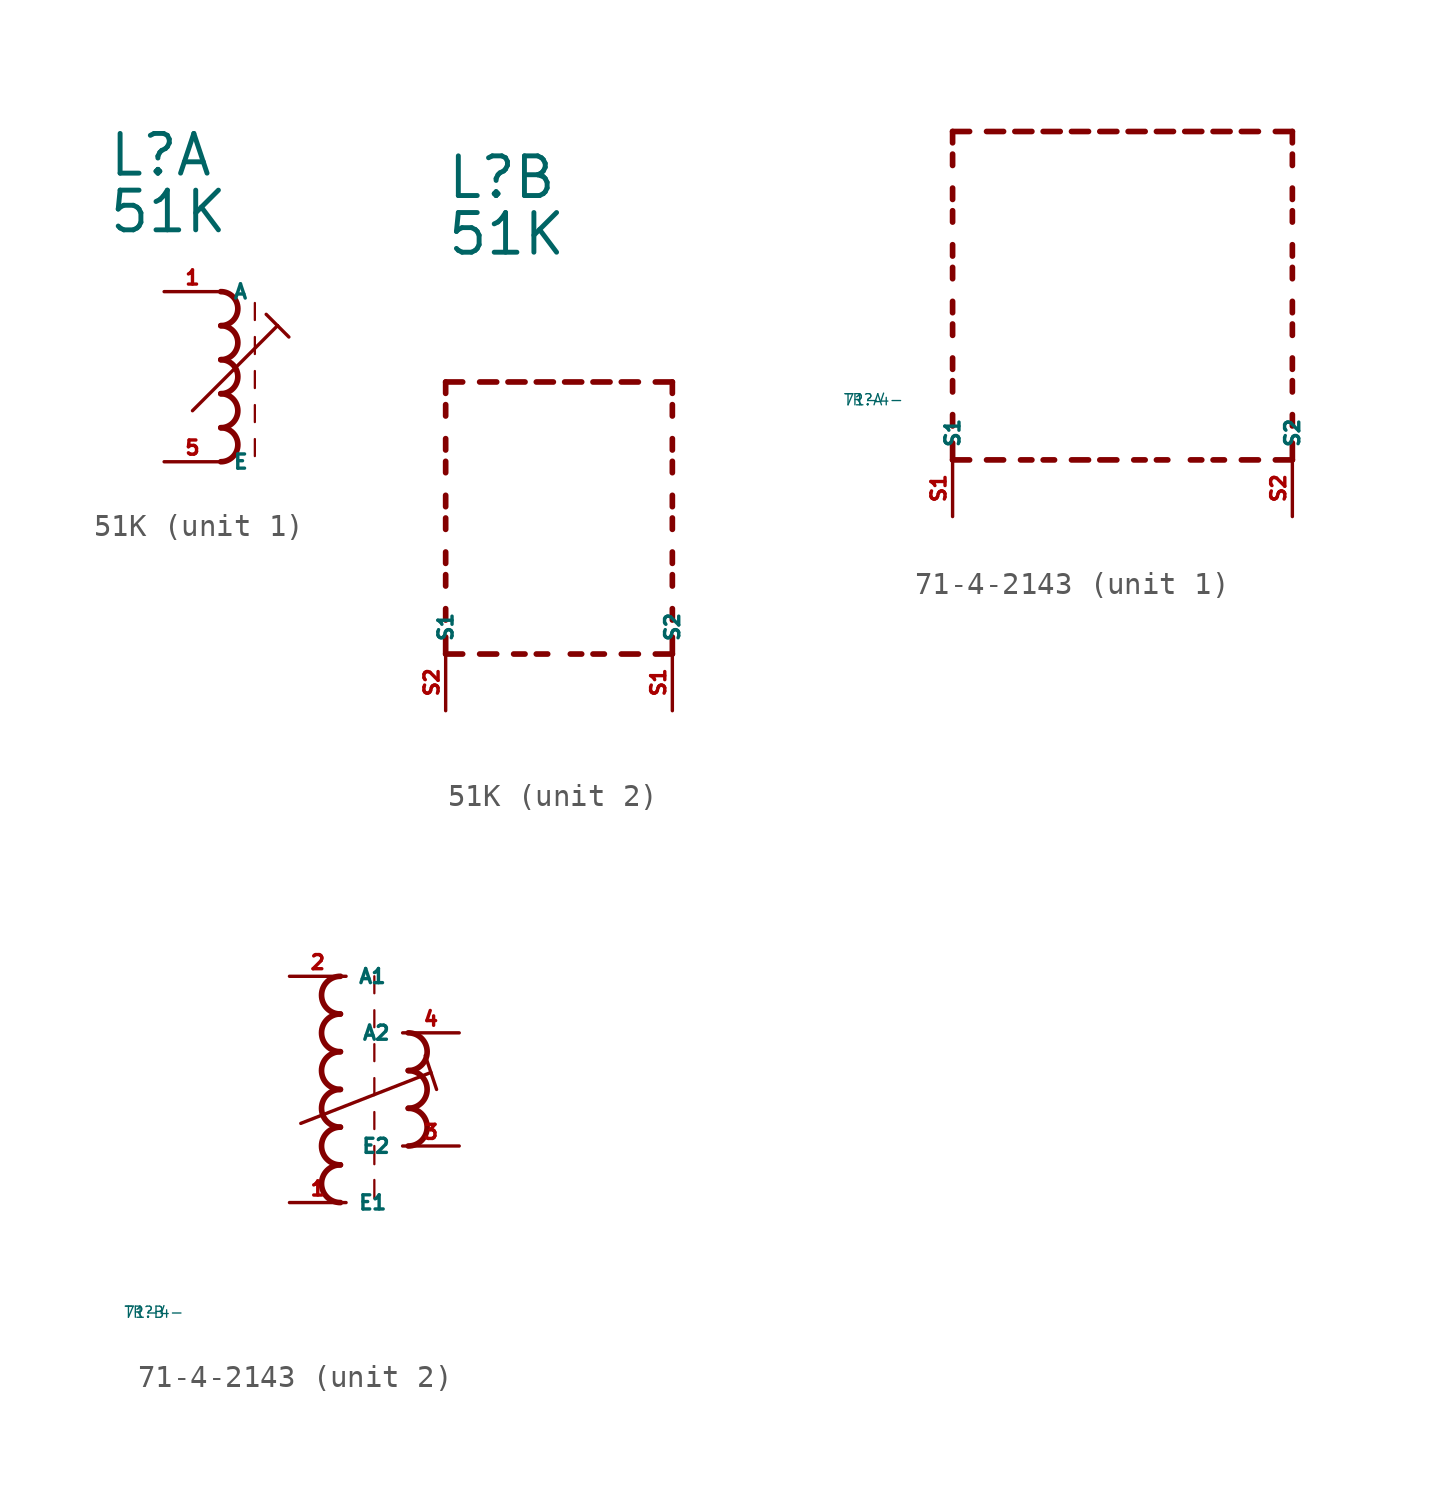
<source format=kicad_sym>
(kicad_symbol_lib
  (version 20220914)
  (generator kicad_symbol_editor)
  (symbol "51K"
    (property "Reference" "L"
      (at -5.08 10.16 0)
      (effects (font (size 1.778 1.778) (thickness 0.22)) (justify left bottom)))
    (property "Value" "51K"
      (at -5.08 7.62 0)
      (effects (font (size 1.778 1.778) (thickness 0.22)) (justify left bottom)))
    (symbol "51K_1_0"
      (arc (start 0 -2.54) (mid 0.7587 -1.778) (end 0 -1.016) (stroke (width 0.254) (type default)) (fill (type none)))
      (arc (start 0 -1.016) (mid 0.7587 -0.254) (end 0 0.508) (stroke (width 0.254) (type default)) (fill (type none)))
      (polyline (pts (xy -1.27 -0.254) (xy 2.54 3.556)) (stroke (width 0.152) (type default)) (fill (type none)))
      (polyline (pts (xy 1.524 -1.524) (xy 1.524 -2.286)) (stroke (width 0.102) (type default)) (fill (type none)))
      (polyline (pts (xy 1.524 0) (xy 1.524 -0.762)) (stroke (width 0.102) (type default)) (fill (type none)))
      (polyline (pts (xy 1.524 1.524) (xy 1.524 0.762)) (stroke (width 0.102) (type default)) (fill (type none)))
      (polyline (pts (xy 1.524 3.048) (xy 1.524 2.286)) (stroke (width 0.102) (type default)) (fill (type none)))
      (polyline (pts (xy 1.524 4.572) (xy 1.524 3.81)) (stroke (width 0.102) (type default)) (fill (type none)))
      (polyline (pts (xy 2.032 4.064) (xy 2.54 3.556)) (stroke (width 0.152) (type default)) (fill (type none)))
      (polyline (pts (xy 2.54 3.556) (xy 3.048 3.048)) (stroke (width 0.152) (type default)) (fill (type none)))
      (arc (start 0 0.508) (mid 0.7587 1.27) (end 0 2.032) (stroke (width 0.254) (type default)) (fill (type none)))
      (arc (start 0 2.032) (mid 0.7587 2.794) (end 0 3.556) (stroke (width 0.254) (type default)) (fill (type none)))
      (arc (start 0 3.556) (mid 0.7587 4.318) (end 0 5.08) (stroke (width 0.254) (type default)) (fill (type none)))
      (pin passive line (at -2.54 5.08 0) (length 2.54) (name "A" (effects (font (size 0.635 0.635)))) (number "1" (effects (font (size 0.635 0.635)))))
      (pin passive line (at -2.54 -2.54 0) (length 2.54) (name "E" (effects (font (size 0.635 0.635)))) (number "5" (effects (font (size 0.635 0.635))))))
    (symbol "51K_2_0"
      (polyline (pts (xy -5.08 -10.16) (xy -5.08 -9.398)) (stroke (width 0.254) (type default)) (fill (type none)))
      (polyline (pts (xy -5.08 -10.16) (xy -4.318 -10.16)) (stroke (width 0.254) (type default)) (fill (type none)))
      (polyline (pts (xy -5.08 -8.636) (xy -5.08 -8.128)) (stroke (width 0.254) (type default)) (fill (type none)))
      (polyline (pts (xy -5.08 -7.112) (xy -5.08 -6.604)) (stroke (width 0.254) (type default)) (fill (type none)))
      (polyline (pts (xy -5.08 -6.096) (xy -5.08 -5.588)) (stroke (width 0.254) (type default)) (fill (type none)))
      (polyline (pts (xy -5.08 -4.572) (xy -5.08 -4.064)) (stroke (width 0.254) (type default)) (fill (type none)))
      (polyline (pts (xy -5.08 -3.556) (xy -5.08 -3.048)) (stroke (width 0.254) (type default)) (fill (type none)))
      (polyline (pts (xy -5.08 -2.032) (xy -5.08 -1.524)) (stroke (width 0.254) (type default)) (fill (type none)))
      (polyline (pts (xy -5.08 -1.016) (xy -5.08 -0.508)) (stroke (width 0.254) (type default)) (fill (type none)))
      (polyline (pts (xy -5.08 0.508) (xy -5.08 1.016)) (stroke (width 0.254) (type default)) (fill (type none)))
      (polyline (pts (xy -5.08 1.524) (xy -5.08 2.032)) (stroke (width 0.254) (type default)) (fill (type none)))
      (polyline (pts (xy -5.08 2.032) (xy -4.318 2.032)) (stroke (width 0.254) (type default)) (fill (type none)))
      (polyline (pts (xy -3.556 -10.16) (xy -2.794 -10.16)) (stroke (width 0.254) (type default)) (fill (type none)))
      (polyline (pts (xy -3.556 2.032) (xy -2.794 2.032)) (stroke (width 0.254) (type default)) (fill (type none)))
      (polyline (pts (xy -1.524 -10.16) (xy -2.032 -10.16)) (stroke (width 0.254) (type default)) (fill (type none)))
      (polyline (pts (xy -1.524 2.032) (xy -2.286 2.032)) (stroke (width 0.254) (type default)) (fill (type none)))
      (polyline (pts (xy -1.016 2.032) (xy -0.254 2.032)) (stroke (width 0.254) (type default)) (fill (type none)))
      (polyline (pts (xy -0.508 -10.16) (xy -1.016 -10.16)) (stroke (width 0.254) (type default)) (fill (type none)))
      (polyline (pts (xy 1.016 -10.16) (xy 0.508 -10.16)) (stroke (width 0.254) (type default)) (fill (type none)))
      (polyline (pts (xy 1.016 2.032) (xy 0.254 2.032)) (stroke (width 0.254) (type default)) (fill (type none)))
      (polyline (pts (xy 1.524 2.032) (xy 2.286 2.032)) (stroke (width 0.254) (type default)) (fill (type none)))
      (polyline (pts (xy 2.032 -10.16) (xy 1.524 -10.16)) (stroke (width 0.254) (type default)) (fill (type none)))
      (polyline (pts (xy 3.556 -10.16) (xy 2.794 -10.16)) (stroke (width 0.254) (type default)) (fill (type none)))
      (polyline (pts (xy 3.556 2.032) (xy 2.794 2.032)) (stroke (width 0.254) (type default)) (fill (type none)))
      (polyline (pts (xy 5.08 -10.16) (xy 4.318 -10.16)) (stroke (width 0.254) (type default)) (fill (type none)))
      (polyline (pts (xy 5.08 -10.16) (xy 5.08 -9.398)) (stroke (width 0.254) (type default)) (fill (type none)))
      (polyline (pts (xy 5.08 -8.636) (xy 5.08 -8.128)) (stroke (width 0.254) (type default)) (fill (type none)))
      (polyline (pts (xy 5.08 -7.112) (xy 5.08 -6.604)) (stroke (width 0.254) (type default)) (fill (type none)))
      (polyline (pts (xy 5.08 -6.096) (xy 5.08 -5.588)) (stroke (width 0.254) (type default)) (fill (type none)))
      (polyline (pts (xy 5.08 -4.572) (xy 5.08 -4.064)) (stroke (width 0.254) (type default)) (fill (type none)))
      (polyline (pts (xy 5.08 -3.556) (xy 5.08 -3.048)) (stroke (width 0.254) (type default)) (fill (type none)))
      (polyline (pts (xy 5.08 -2.032) (xy 5.08 -1.524)) (stroke (width 0.254) (type default)) (fill (type none)))
      (polyline (pts (xy 5.08 -1.016) (xy 5.08 -0.508)) (stroke (width 0.254) (type default)) (fill (type none)))
      (polyline (pts (xy 5.08 0.508) (xy 5.08 1.016)) (stroke (width 0.254) (type default)) (fill (type none)))
      (polyline (pts (xy 5.08 1.524) (xy 5.08 2.032)) (stroke (width 0.254) (type default)) (fill (type none)))
      (polyline (pts (xy 5.08 2.032) (xy 4.318 2.032)) (stroke (width 0.254) (type default)) (fill (type none)))
      (pin passive line (at 5.08 -12.7 90) (length 2.54) (name "S2" (effects (font (size 0.635 0.635)))) (number "S1" (effects (font (size 0.635 0.635)))))
      (pin passive line (at -5.08 -12.7 90) (length 2.54) (name "S1" (effects (font (size 0.635 0.635)))) (number "S2" (effects (font (size 0.635 0.635)))))))
  (symbol "71-4-2143"
    (property "Reference" "TR"
      (at -10 -10 0)
      (effects (font (size 0.5 0.5) (thickness 0.06)) (justify left)))
    (property "Value" "71-4-"
      (at -10 -10 0)
      (effects (font (size 0.5 0.5) (thickness 0.06)) (justify left)))
    (symbol "71-4-2143_1_0"
      (polyline (pts (xy -5.08 -12.7) (xy -5.08 -11.938)) (stroke (width 0.254) (type default)) (fill (type none)))
      (polyline (pts (xy -5.08 -12.7) (xy -4.318 -12.7)) (stroke (width 0.254) (type default)) (fill (type none)))
      (polyline (pts (xy -5.08 -11.176) (xy -5.08 -10.668)) (stroke (width 0.254) (type default)) (fill (type none)))
      (polyline (pts (xy -5.08 -9.652) (xy -5.08 -9.144)) (stroke (width 0.254) (type default)) (fill (type none)))
      (polyline (pts (xy -5.08 -8.636) (xy -5.08 -8.128)) (stroke (width 0.254) (type default)) (fill (type none)))
      (polyline (pts (xy -5.08 -7.112) (xy -5.08 -6.604)) (stroke (width 0.254) (type default)) (fill (type none)))
      (polyline (pts (xy -5.08 -6.096) (xy -5.08 -5.588)) (stroke (width 0.254) (type default)) (fill (type none)))
      (polyline (pts (xy -5.08 -4.572) (xy -5.08 -4.064)) (stroke (width 0.254) (type default)) (fill (type none)))
      (polyline (pts (xy -5.08 -3.556) (xy -5.08 -3.048)) (stroke (width 0.254) (type default)) (fill (type none)))
      (polyline (pts (xy -5.08 -2.032) (xy -5.08 -1.524)) (stroke (width 0.254) (type default)) (fill (type none)))
      (polyline (pts (xy -5.08 -1.016) (xy -5.08 -0.508)) (stroke (width 0.254) (type default)) (fill (type none)))
      (polyline (pts (xy -5.08 0.508) (xy -5.08 1.016)) (stroke (width 0.254) (type default)) (fill (type none)))
      (polyline (pts (xy -5.08 1.524) (xy -5.08 2.032)) (stroke (width 0.254) (type default)) (fill (type none)))
      (polyline (pts (xy -5.08 2.032) (xy -4.318 2.032)) (stroke (width 0.254) (type default)) (fill (type none)))
      (polyline (pts (xy -3.556 -12.7) (xy -2.794 -12.7)) (stroke (width 0.254) (type default)) (fill (type none)))
      (polyline (pts (xy -3.556 2.032) (xy -2.794 2.032)) (stroke (width 0.254) (type default)) (fill (type none)))
      (polyline (pts (xy -1.524 -12.7) (xy -2.032 -12.7)) (stroke (width 0.254) (type default)) (fill (type none)))
      (polyline (pts (xy -1.524 2.032) (xy -2.286 2.032)) (stroke (width 0.254) (type default)) (fill (type none)))
      (polyline (pts (xy -1.016 2.032) (xy -0.254 2.032)) (stroke (width 0.254) (type default)) (fill (type none)))
      (polyline (pts (xy -0.508 -12.7) (xy -1.016 -12.7)) (stroke (width 0.254) (type default)) (fill (type none)))
      (polyline (pts (xy 1.016 -12.7) (xy 0.254 -12.7)) (stroke (width 0.254) (type default)) (fill (type none)))
      (polyline (pts (xy 1.016 2.032) (xy 0.254 2.032)) (stroke (width 0.254) (type default)) (fill (type none)))
      (polyline (pts (xy 1.524 -12.7) (xy 2.286 -12.7)) (stroke (width 0.254) (type default)) (fill (type none)))
      (polyline (pts (xy 1.524 2.032) (xy 2.286 2.032)) (stroke (width 0.254) (type default)) (fill (type none)))
      (polyline (pts (xy 3.556 -12.7) (xy 3.048 -12.7)) (stroke (width 0.254) (type default)) (fill (type none)))
      (polyline (pts (xy 3.556 2.032) (xy 2.794 2.032)) (stroke (width 0.254) (type default)) (fill (type none)))
      (polyline (pts (xy 4.064 2.032) (xy 4.826 2.032)) (stroke (width 0.254) (type default)) (fill (type none)))
      (polyline (pts (xy 4.572 -12.7) (xy 4.064 -12.7)) (stroke (width 0.254) (type default)) (fill (type none)))
      (polyline (pts (xy 6.096 -12.7) (xy 5.588 -12.7)) (stroke (width 0.254) (type default)) (fill (type none)))
      (polyline (pts (xy 6.096 2.032) (xy 5.334 2.032)) (stroke (width 0.254) (type default)) (fill (type none)))
      (polyline (pts (xy 6.604 2.032) (xy 7.366 2.032)) (stroke (width 0.254) (type default)) (fill (type none)))
      (polyline (pts (xy 7.112 -12.7) (xy 6.604 -12.7)) (stroke (width 0.254) (type default)) (fill (type none)))
      (polyline (pts (xy 8.636 -12.7) (xy 7.874 -12.7)) (stroke (width 0.254) (type default)) (fill (type none)))
      (polyline (pts (xy 8.636 2.032) (xy 7.874 2.032)) (stroke (width 0.254) (type default)) (fill (type none)))
      (polyline (pts (xy 10.16 -12.7) (xy 9.398 -12.7)) (stroke (width 0.254) (type default)) (fill (type none)))
      (polyline (pts (xy 10.16 -12.7) (xy 10.16 -11.938)) (stroke (width 0.254) (type default)) (fill (type none)))
      (polyline (pts (xy 10.16 -11.176) (xy 10.16 -10.668)) (stroke (width 0.254) (type default)) (fill (type none)))
      (polyline (pts (xy 10.16 -9.652) (xy 10.16 -9.144)) (stroke (width 0.254) (type default)) (fill (type none)))
      (polyline (pts (xy 10.16 -8.636) (xy 10.16 -8.128)) (stroke (width 0.254) (type default)) (fill (type none)))
      (polyline (pts (xy 10.16 -7.112) (xy 10.16 -6.604)) (stroke (width 0.254) (type default)) (fill (type none)))
      (polyline (pts (xy 10.16 -6.096) (xy 10.16 -5.588)) (stroke (width 0.254) (type default)) (fill (type none)))
      (polyline (pts (xy 10.16 -4.572) (xy 10.16 -4.064)) (stroke (width 0.254) (type default)) (fill (type none)))
      (polyline (pts (xy 10.16 -3.556) (xy 10.16 -3.048)) (stroke (width 0.254) (type default)) (fill (type none)))
      (polyline (pts (xy 10.16 -2.032) (xy 10.16 -1.524)) (stroke (width 0.254) (type default)) (fill (type none)))
      (polyline (pts (xy 10.16 -1.016) (xy 10.16 -0.508)) (stroke (width 0.254) (type default)) (fill (type none)))
      (polyline (pts (xy 10.16 0.508) (xy 10.16 1.016)) (stroke (width 0.254) (type default)) (fill (type none)))
      (polyline (pts (xy 10.16 1.524) (xy 10.16 2.032)) (stroke (width 0.254) (type default)) (fill (type none)))
      (polyline (pts (xy 10.16 2.032) (xy 9.398 2.032)) (stroke (width 0.254) (type default)) (fill (type none)))
      (pin passive line (at -5.08 -15.24 90) (length 2.54) (name "S1" (effects (font (size 0.635 0.635)))) (number "S1" (effects (font (size 0.635 0.635)))))
      (pin passive line (at 10.16 -15.24 90) (length 2.54) (name "S2" (effects (font (size 0.635 0.635)))) (number "S2" (effects (font (size 0.635 0.635))))))
    (symbol "71-4-2143_2_0"
      (arc (start -0.254 -3.3866) (mid -1.1004 -4.2333) (end -0.254 -5.08) (stroke (width 0.254) (type default)) (fill (type none)))
      (arc (start -0.254 -1.6932) (mid -1.1004 -2.5399) (end -0.254 -3.3866) (stroke (width 0.254) (type default)) (fill (type none)))
      (arc (start -0.254 0) (mid -1.1004 -0.8467) (end -0.254 -1.6934) (stroke (width 0.254) (type default)) (fill (type none)))
      (arc (start -0.254 1.6934) (mid -1.1004 0.8467) (end -0.254 0) (stroke (width 0.254) (type default)) (fill (type none)))
      (arc (start -0.254 3.3866) (mid -1.1002 2.54) (end -0.254 1.6934) (stroke (width 0.254) (type default)) (fill (type none)))
      (arc (start -0.254 5.08) (mid -1.1004 4.2333) (end -0.254 3.3866) (stroke (width 0.254) (type default)) (fill (type none)))
      (polyline (pts (xy -2.032 -1.524) (xy 3.81 0.762)) (stroke (width 0.152) (type default)) (fill (type none)))
      (polyline (pts (xy 1.27 -4.064) (xy 1.27 -4.88)) (stroke (width 0.102) (type default)) (fill (type none)))
      (polyline (pts (xy 1.27 -2.54) (xy 1.27 -3.356)) (stroke (width 0.102) (type default)) (fill (type none)))
      (polyline (pts (xy 1.27 -1.016) (xy 1.27 -1.778)) (stroke (width 0.102) (type default)) (fill (type none)))
      (polyline (pts (xy 1.27 0.508) (xy 1.27 -0.254)) (stroke (width 0.102) (type default)) (fill (type none)))
      (polyline (pts (xy 1.27 2.032) (xy 1.27 1.27)) (stroke (width 0.102) (type default)) (fill (type none)))
      (polyline (pts (xy 1.27 3.556) (xy 1.27 2.794)) (stroke (width 0.102) (type default)) (fill (type none)))
      (polyline (pts (xy 1.27 5.08) (xy 1.27 4.318)) (stroke (width 0.102) (type default)) (fill (type none)))
      (polyline (pts (xy 3.556 1.524) (xy 4.064 0)) (stroke (width 0.152) (type default)) (fill (type none)))
      (arc (start 2.794 -2.54) (mid 3.6404 -1.6933) (end 2.794 -0.8466) (stroke (width 0.254) (type default)) (fill (type none)))
      (arc (start 2.794 -0.8466) (mid 3.6402 0) (end 2.794 0.8466) (stroke (width 0.254) (type default)) (fill (type none)))
      (arc (start 2.794 0.8466) (mid 3.6404 1.6933) (end 2.794 2.54) (stroke (width 0.254) (type default)) (fill (type none)))
      (pin passive line (at -2.54 -5.08 0) (length 2.54) (name "E1" (effects (font (size 0.635 0.635)))) (number "1" (effects (font (size 0.635 0.635)))))
      (pin passive line (at -2.54 5.08 0) (length 2.54) (name "A1" (effects (font (size 0.635 0.635)))) (number "2" (effects (font (size 0.635 0.635)))))
      (pin passive line (at 5.08 -2.54 180) (length 2.54) (name "E2" (effects (font (size 0.635 0.635)))) (number "3" (effects (font (size 0.635 0.635)))))
      (pin passive line (at 5.08 2.54 180) (length 2.54) (name "A2" (effects (font (size 0.635 0.635)))) (number "4" (effects (font (size 0.635 0.635))))))))
</source>
